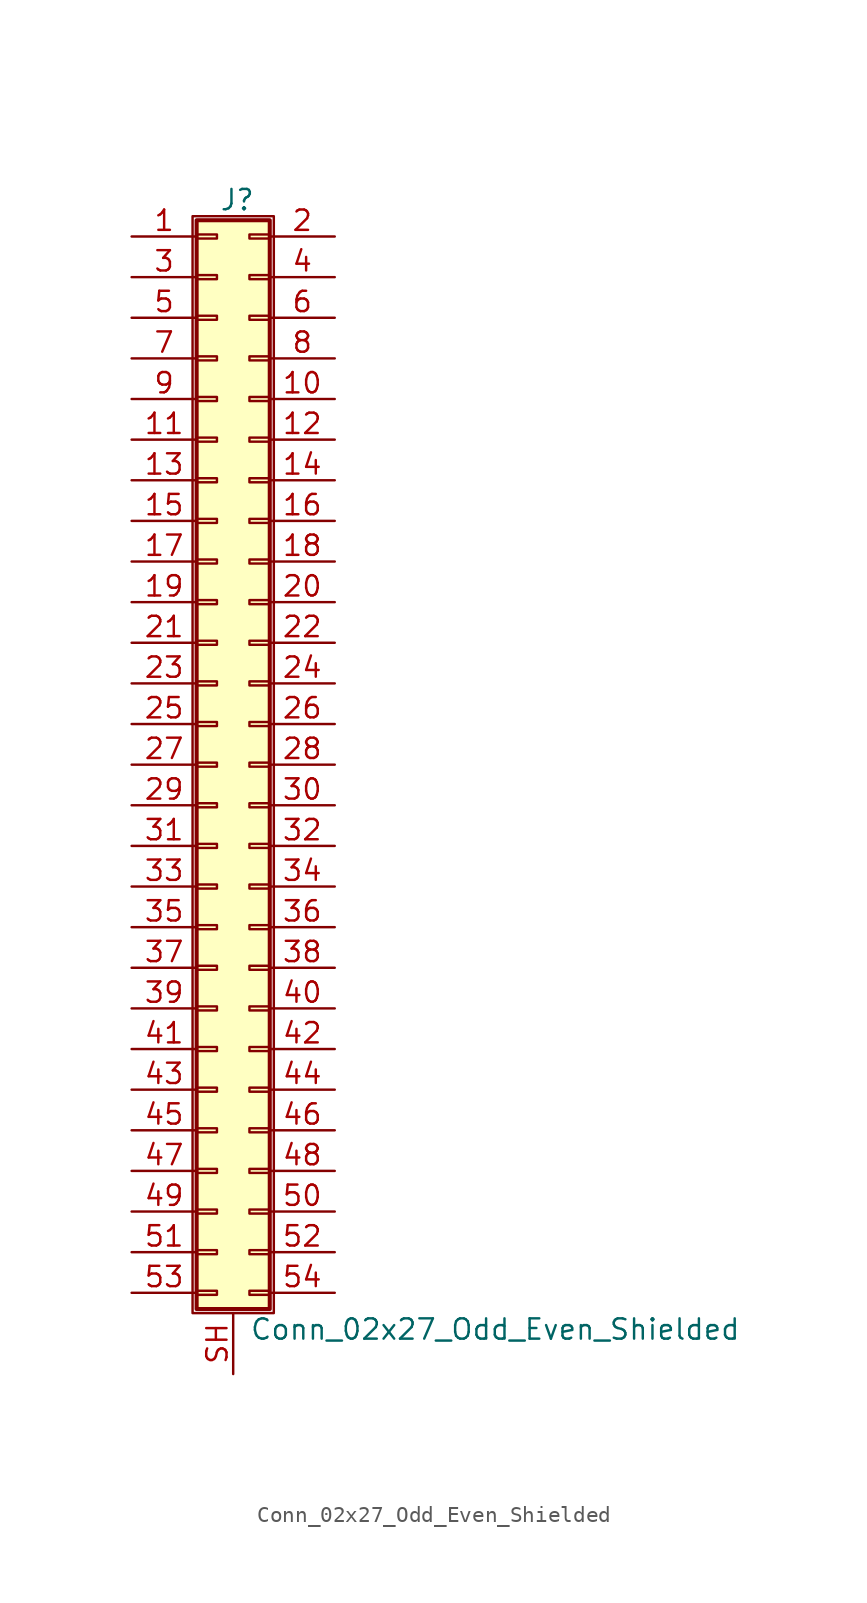
<source format=kicad_sym>
(kicad_symbol_lib
  (version 20201005)
  (generator kicad_symbol_editor)
  (symbol "Conn_02x27_Odd_Even_Shielded"
    (pin_names
      (offset 1.016) hide)
    (property "Reference" "J"
      (at 1.524 35.306 0)
      (effects (font (size 1.27 1.27))))
    (property "Value" "Conn_02x27_Odd_Even_Shielded"
      (at 2.286 -35.306 0)
      (effects (font (size 1.27 1.27)) (justify left)))
    (symbol "Conn_02x27_Odd_Even_Shielded_1_1"
      (rectangle (start -1.27 34.29) (end 3.81 -34.29) (stroke (width 0.152)) (fill (type none)))
      (rectangle (start -1.016 -32.893) (end 0.254 -33.147) (stroke (width 0.152)) (fill (type none)))
      (rectangle (start -1.016 -30.353) (end 0.254 -30.607) (stroke (width 0.152)) (fill (type none)))
      (rectangle (start -1.016 -27.813) (end 0.254 -28.067) (stroke (width 0.152)) (fill (type none)))
      (rectangle (start -1.016 -25.273) (end 0.254 -25.527) (stroke (width 0.152)) (fill (type none)))
      (rectangle (start -1.016 -22.733) (end 0.254 -22.987) (stroke (width 0.152)) (fill (type none)))
      (rectangle (start -1.016 -20.193) (end 0.254 -20.447) (stroke (width 0.152)) (fill (type none)))
      (rectangle (start -1.016 -17.653) (end 0.254 -17.907) (stroke (width 0.152)) (fill (type none)))
      (rectangle (start -1.016 -15.113) (end 0.254 -15.367) (stroke (width 0.152)) (fill (type none)))
      (rectangle (start -1.016 -12.573) (end 0.254 -12.827) (stroke (width 0.152)) (fill (type none)))
      (rectangle (start -1.016 -10.033) (end 0.254 -10.287) (stroke (width 0.152)) (fill (type none)))
      (rectangle (start -1.016 -7.493) (end 0.254 -7.747) (stroke (width 0.152)) (fill (type none)))
      (rectangle (start -1.016 -4.953) (end 0.254 -5.207) (stroke (width 0.152)) (fill (type none)))
      (rectangle (start -1.016 -2.413) (end 0.254 -2.667) (stroke (width 0.152)) (fill (type none)))
      (rectangle (start -1.016 0.127) (end 0.254 -0.127) (stroke (width 0.152)) (fill (type none)))
      (rectangle (start -1.016 2.667) (end 0.254 2.413) (stroke (width 0.152)) (fill (type none)))
      (rectangle (start -1.016 5.207) (end 0.254 4.953) (stroke (width 0.152)) (fill (type none)))
      (rectangle (start -1.016 7.747) (end 0.254 7.493) (stroke (width 0.152)) (fill (type none)))
      (rectangle (start -1.016 10.287) (end 0.254 10.033) (stroke (width 0.152)) (fill (type none)))
      (rectangle (start -1.016 12.827) (end 0.254 12.573) (stroke (width 0.152)) (fill (type none)))
      (rectangle (start -1.016 15.367) (end 0.254 15.113) (stroke (width 0.152)) (fill (type none)))
      (rectangle (start -1.016 17.907) (end 0.254 17.653) (stroke (width 0.152)) (fill (type none)))
      (rectangle (start -1.016 20.447) (end 0.254 20.193) (stroke (width 0.152)) (fill (type none)))
      (rectangle (start -1.016 22.987) (end 0.254 22.733) (stroke (width 0.152)) (fill (type none)))
      (rectangle (start -1.016 25.527) (end 0.254 25.273) (stroke (width 0.152)) (fill (type none)))
      (rectangle (start -1.016 28.067) (end 0.254 27.813) (stroke (width 0.152)) (fill (type none)))
      (rectangle (start -1.016 30.607) (end 0.254 30.353) (stroke (width 0.152)) (fill (type none)))
      (rectangle (start -1.016 33.147) (end 0.254 32.893) (stroke (width 0.152)) (fill (type none)))
      (rectangle (start -1.016 34.036) (end 3.556 -34.036) (stroke (width 0.254)) (fill (type background)))
      (rectangle (start 3.556 -32.893) (end 2.286 -33.147) (stroke (width 0.152)) (fill (type none)))
      (rectangle (start 3.556 -30.353) (end 2.286 -30.607) (stroke (width 0.152)) (fill (type none)))
      (rectangle (start 3.556 -27.813) (end 2.286 -28.067) (stroke (width 0.152)) (fill (type none)))
      (rectangle (start 3.556 -25.273) (end 2.286 -25.527) (stroke (width 0.152)) (fill (type none)))
      (rectangle (start 3.556 -22.733) (end 2.286 -22.987) (stroke (width 0.152)) (fill (type none)))
      (rectangle (start 3.556 -20.193) (end 2.286 -20.447) (stroke (width 0.152)) (fill (type none)))
      (rectangle (start 3.556 -17.653) (end 2.286 -17.907) (stroke (width 0.152)) (fill (type none)))
      (rectangle (start 3.556 -15.113) (end 2.286 -15.367) (stroke (width 0.152)) (fill (type none)))
      (rectangle (start 3.556 -12.573) (end 2.286 -12.827) (stroke (width 0.152)) (fill (type none)))
      (rectangle (start 3.556 -10.033) (end 2.286 -10.287) (stroke (width 0.152)) (fill (type none)))
      (rectangle (start 3.556 -7.493) (end 2.286 -7.747) (stroke (width 0.152)) (fill (type none)))
      (rectangle (start 3.556 -4.953) (end 2.286 -5.207) (stroke (width 0.152)) (fill (type none)))
      (rectangle (start 3.556 -2.413) (end 2.286 -2.667) (stroke (width 0.152)) (fill (type none)))
      (rectangle (start 3.556 0.127) (end 2.286 -0.127) (stroke (width 0.152)) (fill (type none)))
      (rectangle (start 3.556 2.667) (end 2.286 2.413) (stroke (width 0.152)) (fill (type none)))
      (rectangle (start 3.556 5.207) (end 2.286 4.953) (stroke (width 0.152)) (fill (type none)))
      (rectangle (start 3.556 7.747) (end 2.286 7.493) (stroke (width 0.152)) (fill (type none)))
      (rectangle (start 3.556 10.287) (end 2.286 10.033) (stroke (width 0.152)) (fill (type none)))
      (rectangle (start 3.556 12.827) (end 2.286 12.573) (stroke (width 0.152)) (fill (type none)))
      (rectangle (start 3.556 15.367) (end 2.286 15.113) (stroke (width 0.152)) (fill (type none)))
      (rectangle (start 3.556 17.907) (end 2.286 17.653) (stroke (width 0.152)) (fill (type none)))
      (rectangle (start 3.556 20.447) (end 2.286 20.193) (stroke (width 0.152)) (fill (type none)))
      (rectangle (start 3.556 22.987) (end 2.286 22.733) (stroke (width 0.152)) (fill (type none)))
      (rectangle (start 3.556 25.527) (end 2.286 25.273) (stroke (width 0.152)) (fill (type none)))
      (rectangle (start 3.556 28.067) (end 2.286 27.813) (stroke (width 0.152)) (fill (type none)))
      (rectangle (start 3.556 30.607) (end 2.286 30.353) (stroke (width 0.152)) (fill (type none)))
      (rectangle (start 3.556 33.147) (end 2.286 32.893) (stroke (width 0.152)) (fill (type none)))
      (pin passive line (at -5.08 33.02 0) (length 4.064) (name "Pin_1" (effects (font (size 1.27 1.27)))) (number "1" (effects (font (size 1.27 1.27)))))
      (pin passive line (at 7.62 22.86 180) (length 4.064) (name "Pin_10" (effects (font (size 1.27 1.27)))) (number "10" (effects (font (size 1.27 1.27)))))
      (pin passive line (at -5.08 20.32 0) (length 4.064) (name "Pin_11" (effects (font (size 1.27 1.27)))) (number "11" (effects (font (size 1.27 1.27)))))
      (pin passive line (at 7.62 20.32 180) (length 4.064) (name "Pin_12" (effects (font (size 1.27 1.27)))) (number "12" (effects (font (size 1.27 1.27)))))
      (pin passive line (at -5.08 17.78 0) (length 4.064) (name "Pin_13" (effects (font (size 1.27 1.27)))) (number "13" (effects (font (size 1.27 1.27)))))
      (pin passive line (at 7.62 17.78 180) (length 4.064) (name "Pin_14" (effects (font (size 1.27 1.27)))) (number "14" (effects (font (size 1.27 1.27)))))
      (pin passive line (at -5.08 15.24 0) (length 4.064) (name "Pin_15" (effects (font (size 1.27 1.27)))) (number "15" (effects (font (size 1.27 1.27)))))
      (pin passive line (at 7.62 15.24 180) (length 4.064) (name "Pin_16" (effects (font (size 1.27 1.27)))) (number "16" (effects (font (size 1.27 1.27)))))
      (pin passive line (at -5.08 12.7 0) (length 4.064) (name "Pin_17" (effects (font (size 1.27 1.27)))) (number "17" (effects (font (size 1.27 1.27)))))
      (pin passive line (at 7.62 12.7 180) (length 4.064) (name "Pin_18" (effects (font (size 1.27 1.27)))) (number "18" (effects (font (size 1.27 1.27)))))
      (pin passive line (at -5.08 10.16 0) (length 4.064) (name "Pin_19" (effects (font (size 1.27 1.27)))) (number "19" (effects (font (size 1.27 1.27)))))
      (pin passive line (at 7.62 33.02 180) (length 4.064) (name "Pin_2" (effects (font (size 1.27 1.27)))) (number "2" (effects (font (size 1.27 1.27)))))
      (pin passive line (at 7.62 10.16 180) (length 4.064) (name "Pin_20" (effects (font (size 1.27 1.27)))) (number "20" (effects (font (size 1.27 1.27)))))
      (pin passive line (at -5.08 7.62 0) (length 4.064) (name "Pin_21" (effects (font (size 1.27 1.27)))) (number "21" (effects (font (size 1.27 1.27)))))
      (pin passive line (at 7.62 7.62 180) (length 4.064) (name "Pin_22" (effects (font (size 1.27 1.27)))) (number "22" (effects (font (size 1.27 1.27)))))
      (pin passive line (at -5.08 5.08 0) (length 4.064) (name "Pin_23" (effects (font (size 1.27 1.27)))) (number "23" (effects (font (size 1.27 1.27)))))
      (pin passive line (at 7.62 5.08 180) (length 4.064) (name "Pin_24" (effects (font (size 1.27 1.27)))) (number "24" (effects (font (size 1.27 1.27)))))
      (pin passive line (at -5.08 2.54 0) (length 4.064) (name "Pin_25" (effects (font (size 1.27 1.27)))) (number "25" (effects (font (size 1.27 1.27)))))
      (pin passive line (at 7.62 2.54 180) (length 4.064) (name "Pin_26" (effects (font (size 1.27 1.27)))) (number "26" (effects (font (size 1.27 1.27)))))
      (pin passive line (at -5.08 0 0) (length 4.064) (name "Pin_27" (effects (font (size 1.27 1.27)))) (number "27" (effects (font (size 1.27 1.27)))))
      (pin passive line (at 7.62 0 180) (length 4.064) (name "Pin_28" (effects (font (size 1.27 1.27)))) (number "28" (effects (font (size 1.27 1.27)))))
      (pin passive line (at -5.08 -2.54 0) (length 4.064) (name "Pin_29" (effects (font (size 1.27 1.27)))) (number "29" (effects (font (size 1.27 1.27)))))
      (pin passive line (at -5.08 30.48 0) (length 4.064) (name "Pin_3" (effects (font (size 1.27 1.27)))) (number "3" (effects (font (size 1.27 1.27)))))
      (pin passive line (at 7.62 -2.54 180) (length 4.064) (name "Pin_30" (effects (font (size 1.27 1.27)))) (number "30" (effects (font (size 1.27 1.27)))))
      (pin passive line (at -5.08 -5.08 0) (length 4.064) (name "Pin_31" (effects (font (size 1.27 1.27)))) (number "31" (effects (font (size 1.27 1.27)))))
      (pin passive line (at 7.62 -5.08 180) (length 4.064) (name "Pin_32" (effects (font (size 1.27 1.27)))) (number "32" (effects (font (size 1.27 1.27)))))
      (pin passive line (at -5.08 -7.62 0) (length 4.064) (name "Pin_33" (effects (font (size 1.27 1.27)))) (number "33" (effects (font (size 1.27 1.27)))))
      (pin passive line (at 7.62 -7.62 180) (length 4.064) (name "Pin_34" (effects (font (size 1.27 1.27)))) (number "34" (effects (font (size 1.27 1.27)))))
      (pin passive line (at -5.08 -10.16 0) (length 4.064) (name "Pin_35" (effects (font (size 1.27 1.27)))) (number "35" (effects (font (size 1.27 1.27)))))
      (pin passive line (at 7.62 -10.16 180) (length 4.064) (name "Pin_36" (effects (font (size 1.27 1.27)))) (number "36" (effects (font (size 1.27 1.27)))))
      (pin passive line (at -5.08 -12.7 0) (length 4.064) (name "Pin_37" (effects (font (size 1.27 1.27)))) (number "37" (effects (font (size 1.27 1.27)))))
      (pin passive line (at 7.62 -12.7 180) (length 4.064) (name "Pin_38" (effects (font (size 1.27 1.27)))) (number "38" (effects (font (size 1.27 1.27)))))
      (pin passive line (at -5.08 -15.24 0) (length 4.064) (name "Pin_39" (effects (font (size 1.27 1.27)))) (number "39" (effects (font (size 1.27 1.27)))))
      (pin passive line (at 7.62 30.48 180) (length 4.064) (name "Pin_4" (effects (font (size 1.27 1.27)))) (number "4" (effects (font (size 1.27 1.27)))))
      (pin passive line (at 7.62 -15.24 180) (length 4.064) (name "Pin_40" (effects (font (size 1.27 1.27)))) (number "40" (effects (font (size 1.27 1.27)))))
      (pin passive line (at -5.08 -17.78 0) (length 4.064) (name "Pin_41" (effects (font (size 1.27 1.27)))) (number "41" (effects (font (size 1.27 1.27)))))
      (pin passive line (at 7.62 -17.78 180) (length 4.064) (name "Pin_42" (effects (font (size 1.27 1.27)))) (number "42" (effects (font (size 1.27 1.27)))))
      (pin passive line (at -5.08 -20.32 0) (length 4.064) (name "Pin_43" (effects (font (size 1.27 1.27)))) (number "43" (effects (font (size 1.27 1.27)))))
      (pin passive line (at 7.62 -20.32 180) (length 4.064) (name "Pin_44" (effects (font (size 1.27 1.27)))) (number "44" (effects (font (size 1.27 1.27)))))
      (pin passive line (at -5.08 -22.86 0) (length 4.064) (name "Pin_45" (effects (font (size 1.27 1.27)))) (number "45" (effects (font (size 1.27 1.27)))))
      (pin passive line (at 7.62 -22.86 180) (length 4.064) (name "Pin_46" (effects (font (size 1.27 1.27)))) (number "46" (effects (font (size 1.27 1.27)))))
      (pin passive line (at -5.08 -25.4 0) (length 4.064) (name "Pin_47" (effects (font (size 1.27 1.27)))) (number "47" (effects (font (size 1.27 1.27)))))
      (pin passive line (at 7.62 -25.4 180) (length 4.064) (name "Pin_48" (effects (font (size 1.27 1.27)))) (number "48" (effects (font (size 1.27 1.27)))))
      (pin passive line (at -5.08 -27.94 0) (length 4.064) (name "Pin_49" (effects (font (size 1.27 1.27)))) (number "49" (effects (font (size 1.27 1.27)))))
      (pin passive line (at -5.08 27.94 0) (length 4.064) (name "Pin_5" (effects (font (size 1.27 1.27)))) (number "5" (effects (font (size 1.27 1.27)))))
      (pin passive line (at 7.62 -27.94 180) (length 4.064) (name "Pin_50" (effects (font (size 1.27 1.27)))) (number "50" (effects (font (size 1.27 1.27)))))
      (pin passive line (at -5.08 -30.48 0) (length 4.064) (name "Pin_51" (effects (font (size 1.27 1.27)))) (number "51" (effects (font (size 1.27 1.27)))))
      (pin passive line (at 7.62 -30.48 180) (length 4.064) (name "Pin_52" (effects (font (size 1.27 1.27)))) (number "52" (effects (font (size 1.27 1.27)))))
      (pin passive line (at -5.08 -33.02 0) (length 4.064) (name "Pin_53" (effects (font (size 1.27 1.27)))) (number "53" (effects (font (size 1.27 1.27)))))
      (pin passive line (at 7.62 -33.02 180) (length 4.064) (name "Pin_54" (effects (font (size 1.27 1.27)))) (number "54" (effects (font (size 1.27 1.27)))))
      (pin passive line (at 7.62 27.94 180) (length 4.064) (name "Pin_6" (effects (font (size 1.27 1.27)))) (number "6" (effects (font (size 1.27 1.27)))))
      (pin passive line (at -5.08 25.4 0) (length 4.064) (name "Pin_7" (effects (font (size 1.27 1.27)))) (number "7" (effects (font (size 1.27 1.27)))))
      (pin passive line (at 7.62 25.4 180) (length 4.064) (name "Pin_8" (effects (font (size 1.27 1.27)))) (number "8" (effects (font (size 1.27 1.27)))))
      (pin passive line (at -5.08 22.86 0) (length 4.064) (name "Pin_9" (effects (font (size 1.27 1.27)))) (number "9" (effects (font (size 1.27 1.27)))))
      (pin passive line (at 1.27 -38.1 90) (length 3.81) (name "Shield" (effects (font (size 1.27 1.27)))) (number "SH" (effects (font (size 1.27 1.27))))))))
</source>
